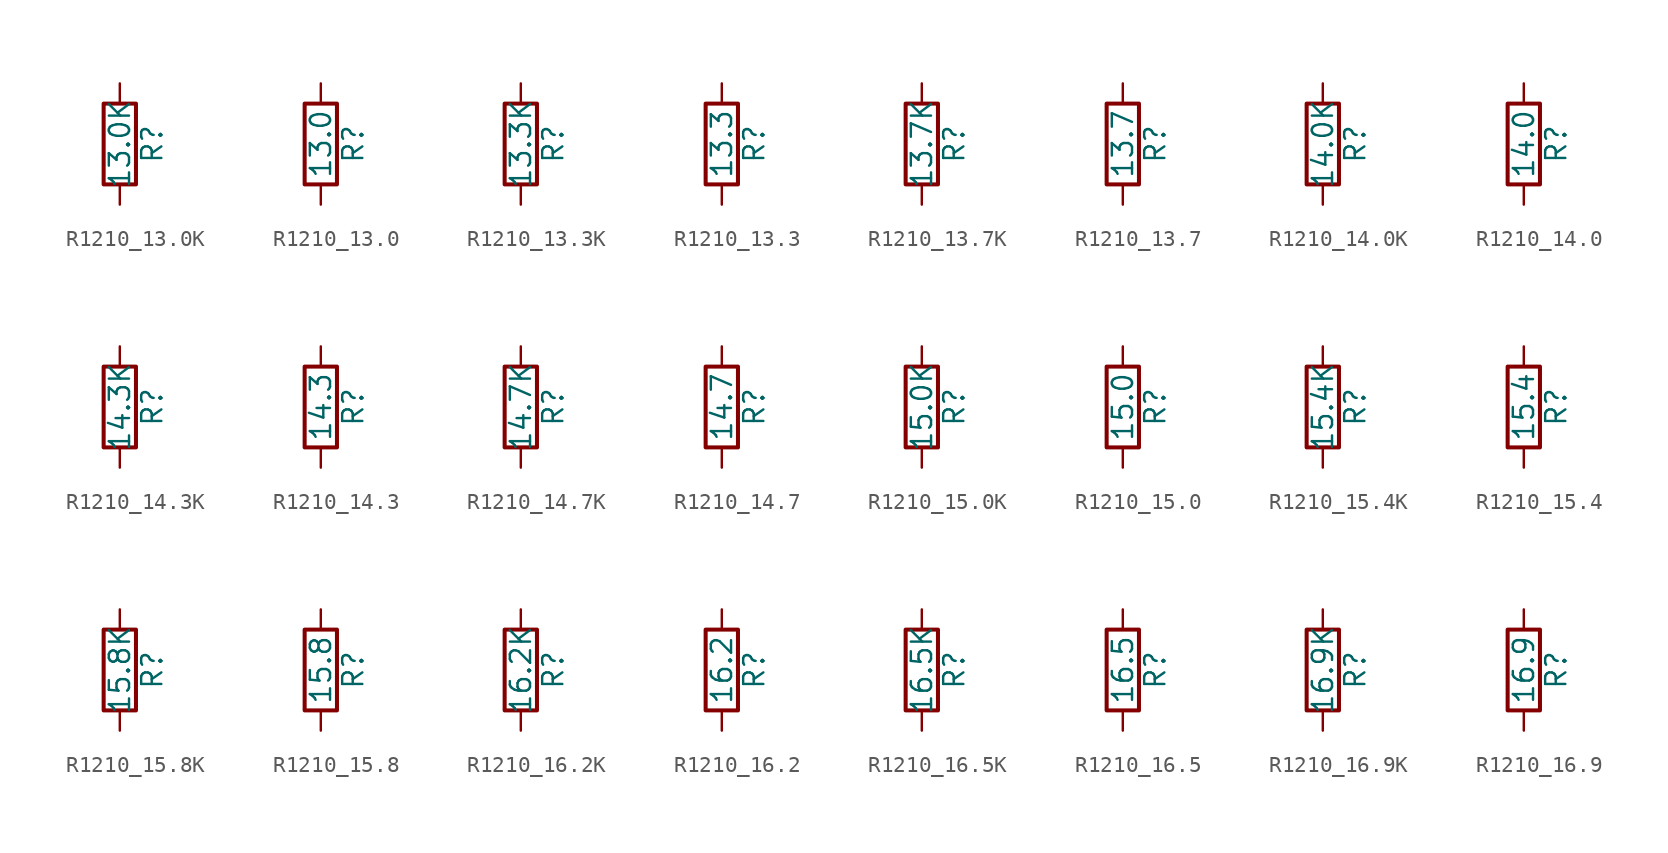
<source format=kicad_sym>
(kicad_symbol_lib
  (version 20211014)
  (generator atlantix-eda)
  (symbol "R1210_13.0K"
    (pin_numbers hide)
    (pin_names
      (offset 0))
    (property "Reference" "R"
      (at 2.032 0 90)
      (effects (font (size 1.27 1.27))))
    (property "Value" "13.0K"
      (at 0 0 90)
      (effects (font (size 1.27 1.27))))
    (symbol "R1210_13.0K_0_1"
      (rectangle (start -1.016 -2.54) (end 1.016 2.54) (stroke (width 0.254) (type default) (color 0 0 0 0)) (fill (type none))))
    (symbol "R1210_13.0K_1_1"
      (pin passive line (at 0 3.81 270) (length 1.27) (name "~" (effects (font (size 1.27 1.27)))) (number "1" (effects (font (size 1.27 1.27)))))
      (pin passive line (at 0 -3.81 90) (length 1.27) (name "~" (effects (font (size 1.27 1.27)))) (number "2" (effects (font (size 1.27 1.27)))))))
  (symbol "R1210_13.0"
    (pin_numbers hide)
    (pin_names
      (offset 0))
    (property "Reference" "R"
      (at 2.032 0 90)
      (effects (font (size 1.27 1.27))))
    (property "Value" "13.0"
      (at 0 0 90)
      (effects (font (size 1.27 1.27))))
    (symbol "R1210_13.0_0_1"
      (rectangle (start -1.016 -2.54) (end 1.016 2.54) (stroke (width 0.254) (type default) (color 0 0 0 0)) (fill (type none))))
    (symbol "R1210_13.0_1_1"
      (pin passive line (at 0 3.81 270) (length 1.27) (name "~" (effects (font (size 1.27 1.27)))) (number "1" (effects (font (size 1.27 1.27)))))
      (pin passive line (at 0 -3.81 90) (length 1.27) (name "~" (effects (font (size 1.27 1.27)))) (number "2" (effects (font (size 1.27 1.27)))))))
  (symbol "R1210_13.3K"
    (pin_numbers hide)
    (pin_names
      (offset 0))
    (property "Reference" "R"
      (at 2.032 0 90)
      (effects (font (size 1.27 1.27))))
    (property "Value" "13.3K"
      (at 0 0 90)
      (effects (font (size 1.27 1.27))))
    (symbol "R1210_13.3K_0_1"
      (rectangle (start -1.016 -2.54) (end 1.016 2.54) (stroke (width 0.254) (type default) (color 0 0 0 0)) (fill (type none))))
    (symbol "R1210_13.3K_1_1"
      (pin passive line (at 0 3.81 270) (length 1.27) (name "~" (effects (font (size 1.27 1.27)))) (number "1" (effects (font (size 1.27 1.27)))))
      (pin passive line (at 0 -3.81 90) (length 1.27) (name "~" (effects (font (size 1.27 1.27)))) (number "2" (effects (font (size 1.27 1.27)))))))
  (symbol "R1210_13.3"
    (pin_numbers hide)
    (pin_names
      (offset 0))
    (property "Reference" "R"
      (at 2.032 0 90)
      (effects (font (size 1.27 1.27))))
    (property "Value" "13.3"
      (at 0 0 90)
      (effects (font (size 1.27 1.27))))
    (symbol "R1210_13.3_0_1"
      (rectangle (start -1.016 -2.54) (end 1.016 2.54) (stroke (width 0.254) (type default) (color 0 0 0 0)) (fill (type none))))
    (symbol "R1210_13.3_1_1"
      (pin passive line (at 0 3.81 270) (length 1.27) (name "~" (effects (font (size 1.27 1.27)))) (number "1" (effects (font (size 1.27 1.27)))))
      (pin passive line (at 0 -3.81 90) (length 1.27) (name "~" (effects (font (size 1.27 1.27)))) (number "2" (effects (font (size 1.27 1.27)))))))
  (symbol "R1210_13.7K"
    (pin_numbers hide)
    (pin_names
      (offset 0))
    (property "Reference" "R"
      (at 2.032 0 90)
      (effects (font (size 1.27 1.27))))
    (property "Value" "13.7K"
      (at 0 0 90)
      (effects (font (size 1.27 1.27))))
    (symbol "R1210_13.7K_0_1"
      (rectangle (start -1.016 -2.54) (end 1.016 2.54) (stroke (width 0.254) (type default) (color 0 0 0 0)) (fill (type none))))
    (symbol "R1210_13.7K_1_1"
      (pin passive line (at 0 3.81 270) (length 1.27) (name "~" (effects (font (size 1.27 1.27)))) (number "1" (effects (font (size 1.27 1.27)))))
      (pin passive line (at 0 -3.81 90) (length 1.27) (name "~" (effects (font (size 1.27 1.27)))) (number "2" (effects (font (size 1.27 1.27)))))))
  (symbol "R1210_13.7"
    (pin_numbers hide)
    (pin_names
      (offset 0))
    (property "Reference" "R"
      (at 2.032 0 90)
      (effects (font (size 1.27 1.27))))
    (property "Value" "13.7"
      (at 0 0 90)
      (effects (font (size 1.27 1.27))))
    (symbol "R1210_13.7_0_1"
      (rectangle (start -1.016 -2.54) (end 1.016 2.54) (stroke (width 0.254) (type default) (color 0 0 0 0)) (fill (type none))))
    (symbol "R1210_13.7_1_1"
      (pin passive line (at 0 3.81 270) (length 1.27) (name "~" (effects (font (size 1.27 1.27)))) (number "1" (effects (font (size 1.27 1.27)))))
      (pin passive line (at 0 -3.81 90) (length 1.27) (name "~" (effects (font (size 1.27 1.27)))) (number "2" (effects (font (size 1.27 1.27)))))))
  (symbol "R1210_14.0K"
    (pin_numbers hide)
    (pin_names
      (offset 0))
    (property "Reference" "R"
      (at 2.032 0 90)
      (effects (font (size 1.27 1.27))))
    (property "Value" "14.0K"
      (at 0 0 90)
      (effects (font (size 1.27 1.27))))
    (symbol "R1210_14.0K_0_1"
      (rectangle (start -1.016 -2.54) (end 1.016 2.54) (stroke (width 0.254) (type default) (color 0 0 0 0)) (fill (type none))))
    (symbol "R1210_14.0K_1_1"
      (pin passive line (at 0 3.81 270) (length 1.27) (name "~" (effects (font (size 1.27 1.27)))) (number "1" (effects (font (size 1.27 1.27)))))
      (pin passive line (at 0 -3.81 90) (length 1.27) (name "~" (effects (font (size 1.27 1.27)))) (number "2" (effects (font (size 1.27 1.27)))))))
  (symbol "R1210_14.0"
    (pin_numbers hide)
    (pin_names
      (offset 0))
    (property "Reference" "R"
      (at 2.032 0 90)
      (effects (font (size 1.27 1.27))))
    (property "Value" "14.0"
      (at 0 0 90)
      (effects (font (size 1.27 1.27))))
    (symbol "R1210_14.0_0_1"
      (rectangle (start -1.016 -2.54) (end 1.016 2.54) (stroke (width 0.254) (type default) (color 0 0 0 0)) (fill (type none))))
    (symbol "R1210_14.0_1_1"
      (pin passive line (at 0 3.81 270) (length 1.27) (name "~" (effects (font (size 1.27 1.27)))) (number "1" (effects (font (size 1.27 1.27)))))
      (pin passive line (at 0 -3.81 90) (length 1.27) (name "~" (effects (font (size 1.27 1.27)))) (number "2" (effects (font (size 1.27 1.27)))))))
  (symbol "R1210_14.3K"
    (pin_numbers hide)
    (pin_names
      (offset 0))
    (property "Reference" "R"
      (at 2.032 0 90)
      (effects (font (size 1.27 1.27))))
    (property "Value" "14.3K"
      (at 0 0 90)
      (effects (font (size 1.27 1.27))))
    (symbol "R1210_14.3K_0_1"
      (rectangle (start -1.016 -2.54) (end 1.016 2.54) (stroke (width 0.254) (type default) (color 0 0 0 0)) (fill (type none))))
    (symbol "R1210_14.3K_1_1"
      (pin passive line (at 0 3.81 270) (length 1.27) (name "~" (effects (font (size 1.27 1.27)))) (number "1" (effects (font (size 1.27 1.27)))))
      (pin passive line (at 0 -3.81 90) (length 1.27) (name "~" (effects (font (size 1.27 1.27)))) (number "2" (effects (font (size 1.27 1.27)))))))
  (symbol "R1210_14.3"
    (pin_numbers hide)
    (pin_names
      (offset 0))
    (property "Reference" "R"
      (at 2.032 0 90)
      (effects (font (size 1.27 1.27))))
    (property "Value" "14.3"
      (at 0 0 90)
      (effects (font (size 1.27 1.27))))
    (symbol "R1210_14.3_0_1"
      (rectangle (start -1.016 -2.54) (end 1.016 2.54) (stroke (width 0.254) (type default) (color 0 0 0 0)) (fill (type none))))
    (symbol "R1210_14.3_1_1"
      (pin passive line (at 0 3.81 270) (length 1.27) (name "~" (effects (font (size 1.27 1.27)))) (number "1" (effects (font (size 1.27 1.27)))))
      (pin passive line (at 0 -3.81 90) (length 1.27) (name "~" (effects (font (size 1.27 1.27)))) (number "2" (effects (font (size 1.27 1.27)))))))
  (symbol "R1210_14.7K"
    (pin_numbers hide)
    (pin_names
      (offset 0))
    (property "Reference" "R"
      (at 2.032 0 90)
      (effects (font (size 1.27 1.27))))
    (property "Value" "14.7K"
      (at 0 0 90)
      (effects (font (size 1.27 1.27))))
    (symbol "R1210_14.7K_0_1"
      (rectangle (start -1.016 -2.54) (end 1.016 2.54) (stroke (width 0.254) (type default) (color 0 0 0 0)) (fill (type none))))
    (symbol "R1210_14.7K_1_1"
      (pin passive line (at 0 3.81 270) (length 1.27) (name "~" (effects (font (size 1.27 1.27)))) (number "1" (effects (font (size 1.27 1.27)))))
      (pin passive line (at 0 -3.81 90) (length 1.27) (name "~" (effects (font (size 1.27 1.27)))) (number "2" (effects (font (size 1.27 1.27)))))))
  (symbol "R1210_14.7"
    (pin_numbers hide)
    (pin_names
      (offset 0))
    (property "Reference" "R"
      (at 2.032 0 90)
      (effects (font (size 1.27 1.27))))
    (property "Value" "14.7"
      (at 0 0 90)
      (effects (font (size 1.27 1.27))))
    (symbol "R1210_14.7_0_1"
      (rectangle (start -1.016 -2.54) (end 1.016 2.54) (stroke (width 0.254) (type default) (color 0 0 0 0)) (fill (type none))))
    (symbol "R1210_14.7_1_1"
      (pin passive line (at 0 3.81 270) (length 1.27) (name "~" (effects (font (size 1.27 1.27)))) (number "1" (effects (font (size 1.27 1.27)))))
      (pin passive line (at 0 -3.81 90) (length 1.27) (name "~" (effects (font (size 1.27 1.27)))) (number "2" (effects (font (size 1.27 1.27)))))))
  (symbol "R1210_15.0K"
    (pin_numbers hide)
    (pin_names
      (offset 0))
    (property "Reference" "R"
      (at 2.032 0 90)
      (effects (font (size 1.27 1.27))))
    (property "Value" "15.0K"
      (at 0 0 90)
      (effects (font (size 1.27 1.27))))
    (symbol "R1210_15.0K_0_1"
      (rectangle (start -1.016 -2.54) (end 1.016 2.54) (stroke (width 0.254) (type default) (color 0 0 0 0)) (fill (type none))))
    (symbol "R1210_15.0K_1_1"
      (pin passive line (at 0 3.81 270) (length 1.27) (name "~" (effects (font (size 1.27 1.27)))) (number "1" (effects (font (size 1.27 1.27)))))
      (pin passive line (at 0 -3.81 90) (length 1.27) (name "~" (effects (font (size 1.27 1.27)))) (number "2" (effects (font (size 1.27 1.27)))))))
  (symbol "R1210_15.0"
    (pin_numbers hide)
    (pin_names
      (offset 0))
    (property "Reference" "R"
      (at 2.032 0 90)
      (effects (font (size 1.27 1.27))))
    (property "Value" "15.0"
      (at 0 0 90)
      (effects (font (size 1.27 1.27))))
    (symbol "R1210_15.0_0_1"
      (rectangle (start -1.016 -2.54) (end 1.016 2.54) (stroke (width 0.254) (type default) (color 0 0 0 0)) (fill (type none))))
    (symbol "R1210_15.0_1_1"
      (pin passive line (at 0 3.81 270) (length 1.27) (name "~" (effects (font (size 1.27 1.27)))) (number "1" (effects (font (size 1.27 1.27)))))
      (pin passive line (at 0 -3.81 90) (length 1.27) (name "~" (effects (font (size 1.27 1.27)))) (number "2" (effects (font (size 1.27 1.27)))))))
  (symbol "R1210_15.4K"
    (pin_numbers hide)
    (pin_names
      (offset 0))
    (property "Reference" "R"
      (at 2.032 0 90)
      (effects (font (size 1.27 1.27))))
    (property "Value" "15.4K"
      (at 0 0 90)
      (effects (font (size 1.27 1.27))))
    (symbol "R1210_15.4K_0_1"
      (rectangle (start -1.016 -2.54) (end 1.016 2.54) (stroke (width 0.254) (type default) (color 0 0 0 0)) (fill (type none))))
    (symbol "R1210_15.4K_1_1"
      (pin passive line (at 0 3.81 270) (length 1.27) (name "~" (effects (font (size 1.27 1.27)))) (number "1" (effects (font (size 1.27 1.27)))))
      (pin passive line (at 0 -3.81 90) (length 1.27) (name "~" (effects (font (size 1.27 1.27)))) (number "2" (effects (font (size 1.27 1.27)))))))
  (symbol "R1210_15.4"
    (pin_numbers hide)
    (pin_names
      (offset 0))
    (property "Reference" "R"
      (at 2.032 0 90)
      (effects (font (size 1.27 1.27))))
    (property "Value" "15.4"
      (at 0 0 90)
      (effects (font (size 1.27 1.27))))
    (symbol "R1210_15.4_0_1"
      (rectangle (start -1.016 -2.54) (end 1.016 2.54) (stroke (width 0.254) (type default) (color 0 0 0 0)) (fill (type none))))
    (symbol "R1210_15.4_1_1"
      (pin passive line (at 0 3.81 270) (length 1.27) (name "~" (effects (font (size 1.27 1.27)))) (number "1" (effects (font (size 1.27 1.27)))))
      (pin passive line (at 0 -3.81 90) (length 1.27) (name "~" (effects (font (size 1.27 1.27)))) (number "2" (effects (font (size 1.27 1.27)))))))
  (symbol "R1210_15.8K"
    (pin_numbers hide)
    (pin_names
      (offset 0))
    (property "Reference" "R"
      (at 2.032 0 90)
      (effects (font (size 1.27 1.27))))
    (property "Value" "15.8K"
      (at 0 0 90)
      (effects (font (size 1.27 1.27))))
    (symbol "R1210_15.8K_0_1"
      (rectangle (start -1.016 -2.54) (end 1.016 2.54) (stroke (width 0.254) (type default) (color 0 0 0 0)) (fill (type none))))
    (symbol "R1210_15.8K_1_1"
      (pin passive line (at 0 3.81 270) (length 1.27) (name "~" (effects (font (size 1.27 1.27)))) (number "1" (effects (font (size 1.27 1.27)))))
      (pin passive line (at 0 -3.81 90) (length 1.27) (name "~" (effects (font (size 1.27 1.27)))) (number "2" (effects (font (size 1.27 1.27)))))))
  (symbol "R1210_15.8"
    (pin_numbers hide)
    (pin_names
      (offset 0))
    (property "Reference" "R"
      (at 2.032 0 90)
      (effects (font (size 1.27 1.27))))
    (property "Value" "15.8"
      (at 0 0 90)
      (effects (font (size 1.27 1.27))))
    (symbol "R1210_15.8_0_1"
      (rectangle (start -1.016 -2.54) (end 1.016 2.54) (stroke (width 0.254) (type default) (color 0 0 0 0)) (fill (type none))))
    (symbol "R1210_15.8_1_1"
      (pin passive line (at 0 3.81 270) (length 1.27) (name "~" (effects (font (size 1.27 1.27)))) (number "1" (effects (font (size 1.27 1.27)))))
      (pin passive line (at 0 -3.81 90) (length 1.27) (name "~" (effects (font (size 1.27 1.27)))) (number "2" (effects (font (size 1.27 1.27)))))))
  (symbol "R1210_16.2K"
    (pin_numbers hide)
    (pin_names
      (offset 0))
    (property "Reference" "R"
      (at 2.032 0 90)
      (effects (font (size 1.27 1.27))))
    (property "Value" "16.2K"
      (at 0 0 90)
      (effects (font (size 1.27 1.27))))
    (symbol "R1210_16.2K_0_1"
      (rectangle (start -1.016 -2.54) (end 1.016 2.54) (stroke (width 0.254) (type default) (color 0 0 0 0)) (fill (type none))))
    (symbol "R1210_16.2K_1_1"
      (pin passive line (at 0 3.81 270) (length 1.27) (name "~" (effects (font (size 1.27 1.27)))) (number "1" (effects (font (size 1.27 1.27)))))
      (pin passive line (at 0 -3.81 90) (length 1.27) (name "~" (effects (font (size 1.27 1.27)))) (number "2" (effects (font (size 1.27 1.27)))))))
  (symbol "R1210_16.2"
    (pin_numbers hide)
    (pin_names
      (offset 0))
    (property "Reference" "R"
      (at 2.032 0 90)
      (effects (font (size 1.27 1.27))))
    (property "Value" "16.2"
      (at 0 0 90)
      (effects (font (size 1.27 1.27))))
    (symbol "R1210_16.2_0_1"
      (rectangle (start -1.016 -2.54) (end 1.016 2.54) (stroke (width 0.254) (type default) (color 0 0 0 0)) (fill (type none))))
    (symbol "R1210_16.2_1_1"
      (pin passive line (at 0 3.81 270) (length 1.27) (name "~" (effects (font (size 1.27 1.27)))) (number "1" (effects (font (size 1.27 1.27)))))
      (pin passive line (at 0 -3.81 90) (length 1.27) (name "~" (effects (font (size 1.27 1.27)))) (number "2" (effects (font (size 1.27 1.27)))))))
  (symbol "R1210_16.5K"
    (pin_numbers hide)
    (pin_names
      (offset 0))
    (property "Reference" "R"
      (at 2.032 0 90)
      (effects (font (size 1.27 1.27))))
    (property "Value" "16.5K"
      (at 0 0 90)
      (effects (font (size 1.27 1.27))))
    (symbol "R1210_16.5K_0_1"
      (rectangle (start -1.016 -2.54) (end 1.016 2.54) (stroke (width 0.254) (type default) (color 0 0 0 0)) (fill (type none))))
    (symbol "R1210_16.5K_1_1"
      (pin passive line (at 0 3.81 270) (length 1.27) (name "~" (effects (font (size 1.27 1.27)))) (number "1" (effects (font (size 1.27 1.27)))))
      (pin passive line (at 0 -3.81 90) (length 1.27) (name "~" (effects (font (size 1.27 1.27)))) (number "2" (effects (font (size 1.27 1.27)))))))
  (symbol "R1210_16.5"
    (pin_numbers hide)
    (pin_names
      (offset 0))
    (property "Reference" "R"
      (at 2.032 0 90)
      (effects (font (size 1.27 1.27))))
    (property "Value" "16.5"
      (at 0 0 90)
      (effects (font (size 1.27 1.27))))
    (symbol "R1210_16.5_0_1"
      (rectangle (start -1.016 -2.54) (end 1.016 2.54) (stroke (width 0.254) (type default) (color 0 0 0 0)) (fill (type none))))
    (symbol "R1210_16.5_1_1"
      (pin passive line (at 0 3.81 270) (length 1.27) (name "~" (effects (font (size 1.27 1.27)))) (number "1" (effects (font (size 1.27 1.27)))))
      (pin passive line (at 0 -3.81 90) (length 1.27) (name "~" (effects (font (size 1.27 1.27)))) (number "2" (effects (font (size 1.27 1.27)))))))
  (symbol "R1210_16.9K"
    (pin_numbers hide)
    (pin_names
      (offset 0))
    (property "Reference" "R"
      (at 2.032 0 90)
      (effects (font (size 1.27 1.27))))
    (property "Value" "16.9K"
      (at 0 0 90)
      (effects (font (size 1.27 1.27))))
    (symbol "R1210_16.9K_0_1"
      (rectangle (start -1.016 -2.54) (end 1.016 2.54) (stroke (width 0.254) (type default) (color 0 0 0 0)) (fill (type none))))
    (symbol "R1210_16.9K_1_1"
      (pin passive line (at 0 3.81 270) (length 1.27) (name "~" (effects (font (size 1.27 1.27)))) (number "1" (effects (font (size 1.27 1.27)))))
      (pin passive line (at 0 -3.81 90) (length 1.27) (name "~" (effects (font (size 1.27 1.27)))) (number "2" (effects (font (size 1.27 1.27)))))))
  (symbol "R1210_16.9"
    (pin_numbers hide)
    (pin_names
      (offset 0))
    (property "Reference" "R"
      (at 2.032 0 90)
      (effects (font (size 1.27 1.27))))
    (property "Value" "16.9"
      (at 0 0 90)
      (effects (font (size 1.27 1.27))))
    (symbol "R1210_16.9_0_1"
      (rectangle (start -1.016 -2.54) (end 1.016 2.54) (stroke (width 0.254) (type default) (color 0 0 0 0)) (fill (type none))))
    (symbol "R1210_16.9_1_1"
      (pin passive line (at 0 3.81 270) (length 1.27) (name "~" (effects (font (size 1.27 1.27)))) (number "1" (effects (font (size 1.27 1.27)))))
      (pin passive line (at 0 -3.81 90) (length 1.27) (name "~" (effects (font (size 1.27 1.27)))) (number "2" (effects (font (size 1.27 1.27))))))))
</source>
